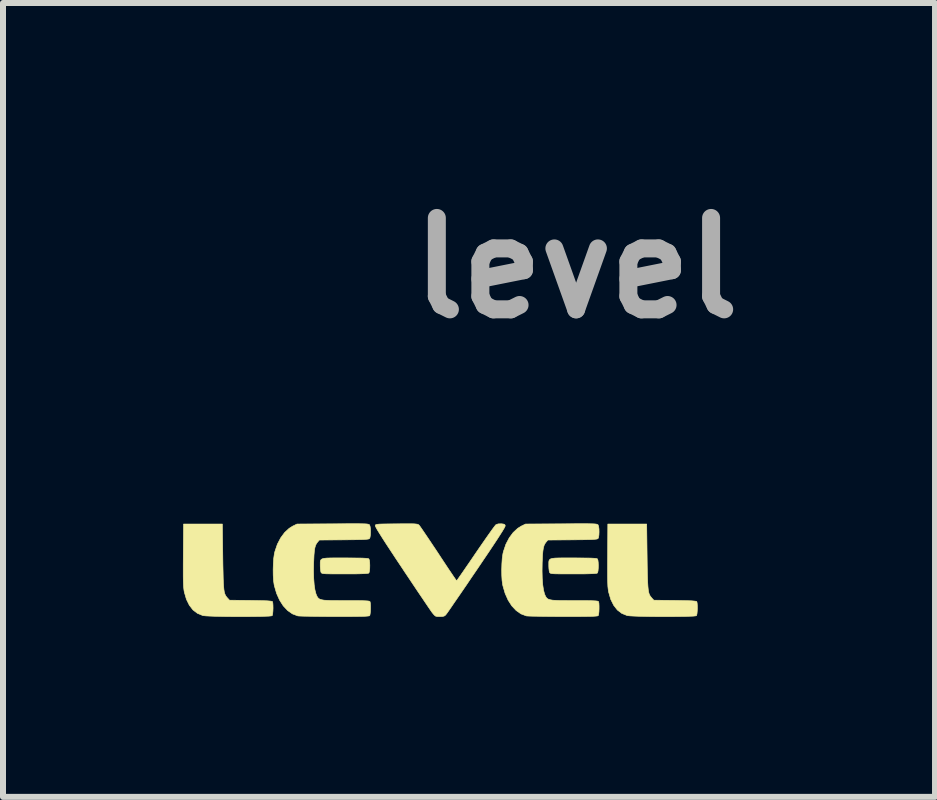
<source format=kicad_pcb>
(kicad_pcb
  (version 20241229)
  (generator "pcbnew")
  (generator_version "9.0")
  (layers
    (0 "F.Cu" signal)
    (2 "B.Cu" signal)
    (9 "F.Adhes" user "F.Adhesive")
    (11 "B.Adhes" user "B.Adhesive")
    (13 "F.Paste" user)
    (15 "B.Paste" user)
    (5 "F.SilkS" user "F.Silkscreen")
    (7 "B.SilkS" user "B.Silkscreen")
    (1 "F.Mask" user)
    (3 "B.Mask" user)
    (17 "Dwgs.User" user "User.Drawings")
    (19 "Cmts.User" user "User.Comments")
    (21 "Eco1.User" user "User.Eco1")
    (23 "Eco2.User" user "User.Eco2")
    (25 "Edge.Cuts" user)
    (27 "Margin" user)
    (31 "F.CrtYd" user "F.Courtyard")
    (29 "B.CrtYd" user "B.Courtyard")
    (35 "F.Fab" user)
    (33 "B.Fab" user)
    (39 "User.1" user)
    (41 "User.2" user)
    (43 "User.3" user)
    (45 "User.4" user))
  (footprint "level"
    (layer "F.Cu")
    (at 8.055 4.918)
    (property "Reference" "level" (at -1.5 -3.5 0) (layer "F.Fab") (effects (font (size 1.524 1.524) (thickness 0.3))))
    (attr through_hole)
    (fp_poly (pts (xy -5.426 1.333) (xy -5.355 1.333) (xy -5.236 1.334) (xy -5.141 1.335) (xy -5.067 1.336) (xy -5.014 1.339) (xy -4.978 1.342) (xy -4.959 1.347) (xy -4.956 1.349) (xy -4.947 1.37) (xy -4.942 1.408) (xy -4.94 1.456) (xy -4.941 1.505) (xy -4.945 1.549) (xy -4.952 1.578) (xy -4.956 1.585) (xy -4.968 1.59) (xy -4.996 1.593) (xy -5.041 1.596) (xy -5.106 1.598) (xy -5.191 1.6) (xy -5.3 1.6) (xy -5.355 1.6) (xy -5.464 1.6) (xy -5.551 1.6) (xy -5.617 1.599) (xy -5.666 1.598) (xy -5.701 1.596) (xy -5.725 1.593) (xy -5.739 1.588) (xy -5.747 1.583) (xy -5.752 1.576) (xy -5.753 1.576) (xy -5.759 1.551) (xy -5.764 1.509) (xy -5.766 1.467) (xy -5.766 1.43) (xy -5.766 1.401) (xy -5.762 1.378) (xy -5.752 1.361) (xy -5.734 1.349) (xy -5.705 1.341) (xy -5.662 1.336) (xy -5.603 1.334) (xy -5.525 1.333) (xy -5.426 1.333)) (stroke (width 0.01) (type solid)) (fill yes) (layer "F.SilkS"))
    (fp_poly (pts (xy -1.616 1.333) (xy -1.545 1.333) (xy -1.426 1.334) (xy -1.331 1.335) (xy -1.257 1.336) (xy -1.204 1.339) (xy -1.168 1.342) (xy -1.149 1.347) (xy -1.146 1.349) (xy -1.137 1.37) (xy -1.132 1.408) (xy -1.13 1.456) (xy -1.131 1.505) (xy -1.135 1.549) (xy -1.142 1.578) (xy -1.146 1.585) (xy -1.158 1.59) (xy -1.186 1.593) (xy -1.231 1.596) (xy -1.296 1.598) (xy -1.381 1.6) (xy -1.49 1.6) (xy -1.545 1.6) (xy -1.654 1.6) (xy -1.741 1.6) (xy -1.807 1.599) (xy -1.856 1.598) (xy -1.891 1.596) (xy -1.915 1.593) (xy -1.929 1.588) (xy -1.937 1.583) (xy -1.942 1.576) (xy -1.943 1.576) (xy -1.949 1.551) (xy -1.954 1.509) (xy -1.956 1.467) (xy -1.956 1.43) (xy -1.956 1.401) (xy -1.952 1.378) (xy -1.942 1.361) (xy -1.924 1.349) (xy -1.895 1.341) (xy -1.852 1.336) (xy -1.793 1.334) (xy -1.715 1.333) (xy -1.616 1.333)) (stroke (width 0.01) (type solid)) (fill yes) (layer "F.SilkS"))
    (fp_poly (pts (xy -7.391 1.308) (xy -7.389 1.45) (xy -7.386 1.568) (xy -7.384 1.666) (xy -7.381 1.746) (xy -7.377 1.809) (xy -7.372 1.86) (xy -7.366 1.899) (xy -7.358 1.929) (xy -7.348 1.953) (xy -7.336 1.973) (xy -7.321 1.991) (xy -7.316 1.998) (xy -7.279 2.038) (xy -6.926 2.042) (xy -6.813 2.044) (xy -6.723 2.046) (xy -6.655 2.048) (xy -6.607 2.052) (xy -6.577 2.056) (xy -6.564 2.06) (xy -6.563 2.061) (xy -6.557 2.084) (xy -6.554 2.123) (xy -6.553 2.171) (xy -6.555 2.219) (xy -6.559 2.262) (xy -6.565 2.29) (xy -6.568 2.296) (xy -6.585 2.3) (xy -6.624 2.304) (xy -6.681 2.306) (xy -6.755 2.309) (xy -6.841 2.31) (xy -6.937 2.311) (xy -7.04 2.312) (xy -7.145 2.312) (xy -7.251 2.311) (xy -7.354 2.31) (xy -7.45 2.308) (xy -7.537 2.306) (xy -7.612 2.303) (xy -7.671 2.3) (xy -7.711 2.296) (xy -7.724 2.294) (xy -7.812 2.258) (xy -7.887 2.201) (xy -7.948 2.123) (xy -7.997 2.024) (xy -8.032 1.904) (xy -8.037 1.877) (xy -8.041 1.846) (xy -8.045 1.809) (xy -8.047 1.763) (xy -8.049 1.706) (xy -8.05 1.635) (xy -8.05 1.546) (xy -8.05 1.438) (xy -8.049 1.308) (xy -8.049 1.289) (xy -8.045 0.768) (xy -7.398 0.768) (xy -7.391 1.308)) (stroke (width 0.01) (type solid)) (fill yes) (layer "F.SilkS"))
    (fp_poly (pts (xy -0.317 1.308) (xy -0.315 1.45) (xy -0.313 1.568) (xy -0.31 1.666) (xy -0.307 1.746) (xy -0.303 1.809) (xy -0.298 1.86) (xy -0.292 1.899) (xy -0.284 1.929) (xy -0.274 1.953) (xy -0.262 1.973) (xy -0.247 1.991) (xy -0.242 1.998) (xy -0.205 2.038) (xy 0.148 2.042) (xy 0.261 2.044) (xy 0.351 2.046) (xy 0.419 2.048) (xy 0.467 2.052) (xy 0.497 2.056) (xy 0.51 2.06) (xy 0.511 2.061) (xy 0.517 2.084) (xy 0.52 2.123) (xy 0.521 2.171) (xy 0.519 2.219) (xy 0.515 2.262) (xy 0.509 2.29) (xy 0.505 2.296) (xy 0.489 2.3) (xy 0.45 2.304) (xy 0.393 2.306) (xy 0.319 2.309) (xy 0.233 2.31) (xy 0.137 2.311) (xy 0.034 2.312) (xy -0.072 2.312) (xy -0.177 2.311) (xy -0.28 2.31) (xy -0.376 2.308) (xy -0.464 2.306) (xy -0.538 2.303) (xy -0.597 2.3) (xy -0.637 2.296) (xy -0.65 2.294) (xy -0.739 2.258) (xy -0.813 2.201) (xy -0.874 2.123) (xy -0.923 2.024) (xy -0.958 1.904) (xy -0.963 1.877) (xy -0.967 1.846) (xy -0.971 1.809) (xy -0.973 1.763) (xy -0.975 1.706) (xy -0.976 1.635) (xy -0.976 1.546) (xy -0.976 1.438) (xy -0.975 1.308) (xy -0.975 1.289) (xy -0.972 0.768) (xy -0.324 0.768) (xy -0.317 1.308)) (stroke (width 0.01) (type solid)) (fill yes) (layer "F.SilkS"))
    (fp_poly (pts (xy -4.248 0.764) (xy -4.202 0.765) (xy -4.17 0.768) (xy -4.148 0.771) (xy -4.133 0.776) (xy -4.124 0.782) (xy -4.121 0.785) (xy -4.108 0.8) (xy -4.084 0.834) (xy -4.049 0.885) (xy -4.005 0.95) (xy -3.953 1.027) (xy -3.895 1.114) (xy -3.832 1.208) (xy -3.797 1.261) (xy -3.734 1.357) (xy -3.675 1.446) (xy -3.622 1.526) (xy -3.576 1.594) (xy -3.539 1.649) (xy -3.511 1.689) (xy -3.496 1.71) (xy -3.493 1.714) (xy -3.484 1.704) (xy -3.463 1.674) (xy -3.431 1.628) (xy -3.389 1.568) (xy -3.339 1.495) (xy -3.281 1.411) (xy -3.219 1.32) (xy -3.175 1.255) (xy -3.109 1.159) (xy -3.046 1.068) (xy -2.989 0.986) (xy -2.938 0.914) (xy -2.896 0.855) (xy -2.864 0.812) (xy -2.843 0.785) (xy -2.836 0.779) (xy -2.8 0.766) (xy -2.748 0.764) (xy -2.747 0.764) (xy -2.71 0.769) (xy -2.69 0.777) (xy -2.683 0.793) (xy -2.682 0.797) (xy -2.686 0.81) (xy -2.701 0.839) (xy -2.727 0.883) (xy -2.765 0.943) (xy -2.815 1.021) (xy -2.878 1.116) (xy -2.953 1.229) (xy -3.043 1.362) (xy -3.146 1.515) (xy -3.163 1.54) (xy -3.246 1.661) (xy -3.324 1.777) (xy -3.398 1.885) (xy -3.466 1.984) (xy -3.527 2.072) (xy -3.578 2.147) (xy -3.62 2.208) (xy -3.651 2.252) (xy -3.67 2.277) (xy -3.674 2.283) (xy -3.695 2.3) (xy -3.723 2.309) (xy -3.766 2.311) (xy -3.773 2.311) (xy -3.816 2.31) (xy -3.843 2.304) (xy -3.864 2.287) (xy -3.89 2.257) (xy -3.905 2.238) (xy -3.932 2.199) (xy -3.971 2.142) (xy -4.019 2.071) (xy -4.077 1.985) (xy -4.142 1.889) (xy -4.213 1.783) (xy -4.289 1.669) (xy -4.369 1.55) (xy -4.393 1.513) (xy -4.498 1.356) (xy -4.588 1.219) (xy -4.665 1.102) (xy -4.728 1.004) (xy -4.777 0.926) (xy -4.814 0.866) (xy -4.837 0.824) (xy -4.848 0.801) (xy -4.849 0.796) (xy -4.847 0.788) (xy -4.843 0.781) (xy -4.833 0.777) (xy -4.815 0.773) (xy -4.786 0.77) (xy -4.742 0.768) (xy -4.682 0.767) (xy -4.602 0.766) (xy -4.5 0.765) (xy -4.495 0.765) (xy -4.391 0.764) (xy -4.31 0.764) (xy -4.248 0.764)) (stroke (width 0.01) (type solid)) (fill yes) (layer "F.SilkS"))
    (fp_poly (pts (xy -5.131 0.763) (xy -5.072 0.764) (xy -5.027 0.765) (xy -4.994 0.767) (xy -4.972 0.77) (xy -4.958 0.774) (xy -4.949 0.778) (xy -4.944 0.783) (xy -4.935 0.809) (xy -4.929 0.851) (xy -4.928 0.901) (xy -4.93 0.95) (xy -4.936 0.989) (xy -4.943 1.007) (xy -4.95 1.013) (xy -4.962 1.018) (xy -4.982 1.021) (xy -5.012 1.024) (xy -5.055 1.027) (xy -5.114 1.028) (xy -5.191 1.03) (xy -5.289 1.031) (xy -5.37 1.032) (xy -5.781 1.035) (xy -5.811 1.07) (xy -5.83 1.096) (xy -5.845 1.127) (xy -5.856 1.166) (xy -5.864 1.218) (xy -5.87 1.285) (xy -5.874 1.373) (xy -5.876 1.416) (xy -5.878 1.552) (xy -5.875 1.675) (xy -5.867 1.781) (xy -5.854 1.868) (xy -5.837 1.933) (xy -5.831 1.948) (xy -5.82 1.973) (xy -5.807 1.994) (xy -5.792 2.01) (xy -5.771 2.022) (xy -5.741 2.031) (xy -5.7 2.038) (xy -5.645 2.041) (xy -5.574 2.044) (xy -5.483 2.044) (xy -5.371 2.045) (xy -5.336 2.045) (xy -5.225 2.045) (xy -5.136 2.045) (xy -5.068 2.046) (xy -5.017 2.048) (xy -4.981 2.05) (xy -4.957 2.053) (xy -4.943 2.057) (xy -4.937 2.062) (xy -4.935 2.065) (xy -4.93 2.092) (xy -4.928 2.134) (xy -4.928 2.183) (xy -4.93 2.231) (xy -4.935 2.271) (xy -4.941 2.294) (xy -4.943 2.296) (xy -4.953 2.3) (xy -4.978 2.303) (xy -5.017 2.306) (xy -5.074 2.308) (xy -5.149 2.309) (xy -5.244 2.31) (xy -5.362 2.31) (xy -5.502 2.31) (xy -5.53 2.31) (xy -5.65 2.31) (xy -5.763 2.309) (xy -5.866 2.308) (xy -5.957 2.306) (xy -6.033 2.305) (xy -6.092 2.303) (xy -6.13 2.301) (xy -6.143 2.299) (xy -6.23 2.266) (xy -6.311 2.209) (xy -6.383 2.132) (xy -6.444 2.037) (xy -6.494 1.925) (xy -6.531 1.798) (xy -6.535 1.779) (xy -6.545 1.709) (xy -6.55 1.623) (xy -6.551 1.528) (xy -6.548 1.431) (xy -6.542 1.341) (xy -6.531 1.264) (xy -6.522 1.226) (xy -6.481 1.105) (xy -6.425 0.998) (xy -6.359 0.909) (xy -6.284 0.84) (xy -6.225 0.803) (xy -6.153 0.768) (xy -5.557 0.765) (xy -5.417 0.764) (xy -5.302 0.763) (xy -5.207 0.763) (xy -5.131 0.763)) (stroke (width 0.01) (type solid)) (fill yes) (layer "F.SilkS"))
    (fp_poly (pts (xy -1.321 0.763) (xy -1.262 0.764) (xy -1.217 0.765) (xy -1.184 0.767) (xy -1.162 0.77) (xy -1.148 0.774) (xy -1.139 0.778) (xy -1.134 0.783) (xy -1.125 0.809) (xy -1.119 0.851) (xy -1.118 0.901) (xy -1.12 0.95) (xy -1.126 0.989) (xy -1.133 1.007) (xy -1.14 1.013) (xy -1.152 1.018) (xy -1.172 1.021) (xy -1.202 1.024) (xy -1.245 1.027) (xy -1.304 1.028) (xy -1.381 1.03) (xy -1.479 1.031) (xy -1.56 1.032) (xy -1.971 1.035) (xy -2.001 1.07) (xy -2.02 1.096) (xy -2.035 1.127) (xy -2.046 1.166) (xy -2.054 1.218) (xy -2.06 1.285) (xy -2.064 1.373) (xy -2.066 1.416) (xy -2.068 1.552) (xy -2.065 1.675) (xy -2.057 1.781) (xy -2.044 1.868) (xy -2.027 1.933) (xy -2.021 1.948) (xy -2.01 1.973) (xy -1.997 1.994) (xy -1.982 2.01) (xy -1.961 2.022) (xy -1.931 2.031) (xy -1.89 2.038) (xy -1.835 2.041) (xy -1.764 2.044) (xy -1.673 2.044) (xy -1.561 2.045) (xy -1.526 2.045) (xy -1.415 2.045) (xy -1.326 2.045) (xy -1.258 2.046) (xy -1.207 2.048) (xy -1.171 2.05) (xy -1.147 2.053) (xy -1.133 2.057) (xy -1.127 2.062) (xy -1.125 2.065) (xy -1.12 2.092) (xy -1.118 2.134) (xy -1.118 2.183) (xy -1.12 2.231) (xy -1.125 2.271) (xy -1.131 2.294) (xy -1.133 2.296) (xy -1.143 2.3) (xy -1.168 2.303) (xy -1.207 2.306) (xy -1.264 2.308) (xy -1.339 2.309) (xy -1.434 2.31) (xy -1.552 2.31) (xy -1.692 2.31) (xy -1.72 2.31) (xy -1.84 2.31) (xy -1.953 2.309) (xy -2.056 2.308) (xy -2.147 2.306) (xy -2.223 2.305) (xy -2.282 2.303) (xy -2.32 2.301) (xy -2.333 2.299) (xy -2.42 2.266) (xy -2.501 2.209) (xy -2.573 2.132) (xy -2.634 2.037) (xy -2.684 1.925) (xy -2.721 1.798) (xy -2.725 1.779) (xy -2.735 1.709) (xy -2.74 1.623) (xy -2.741 1.528) (xy -2.738 1.431) (xy -2.732 1.341) (xy -2.721 1.264) (xy -2.712 1.226) (xy -2.671 1.105) (xy -2.615 0.998) (xy -2.549 0.909) (xy -2.474 0.84) (xy -2.415 0.803) (xy -2.343 0.768) (xy -1.747 0.765) (xy -1.607 0.764) (xy -1.492 0.763) (xy -1.397 0.763) (xy -1.321 0.763)) (stroke (width 0.01) (type solid)) (fill yes) (layer "F.SilkS")))
  (gr_rect
    (start -3 -3)
    (end 12.538 10.235)
    (stroke (width 0.1) (type default))
    (fill no)
    (layer "Edge.Cuts")))
</source>
